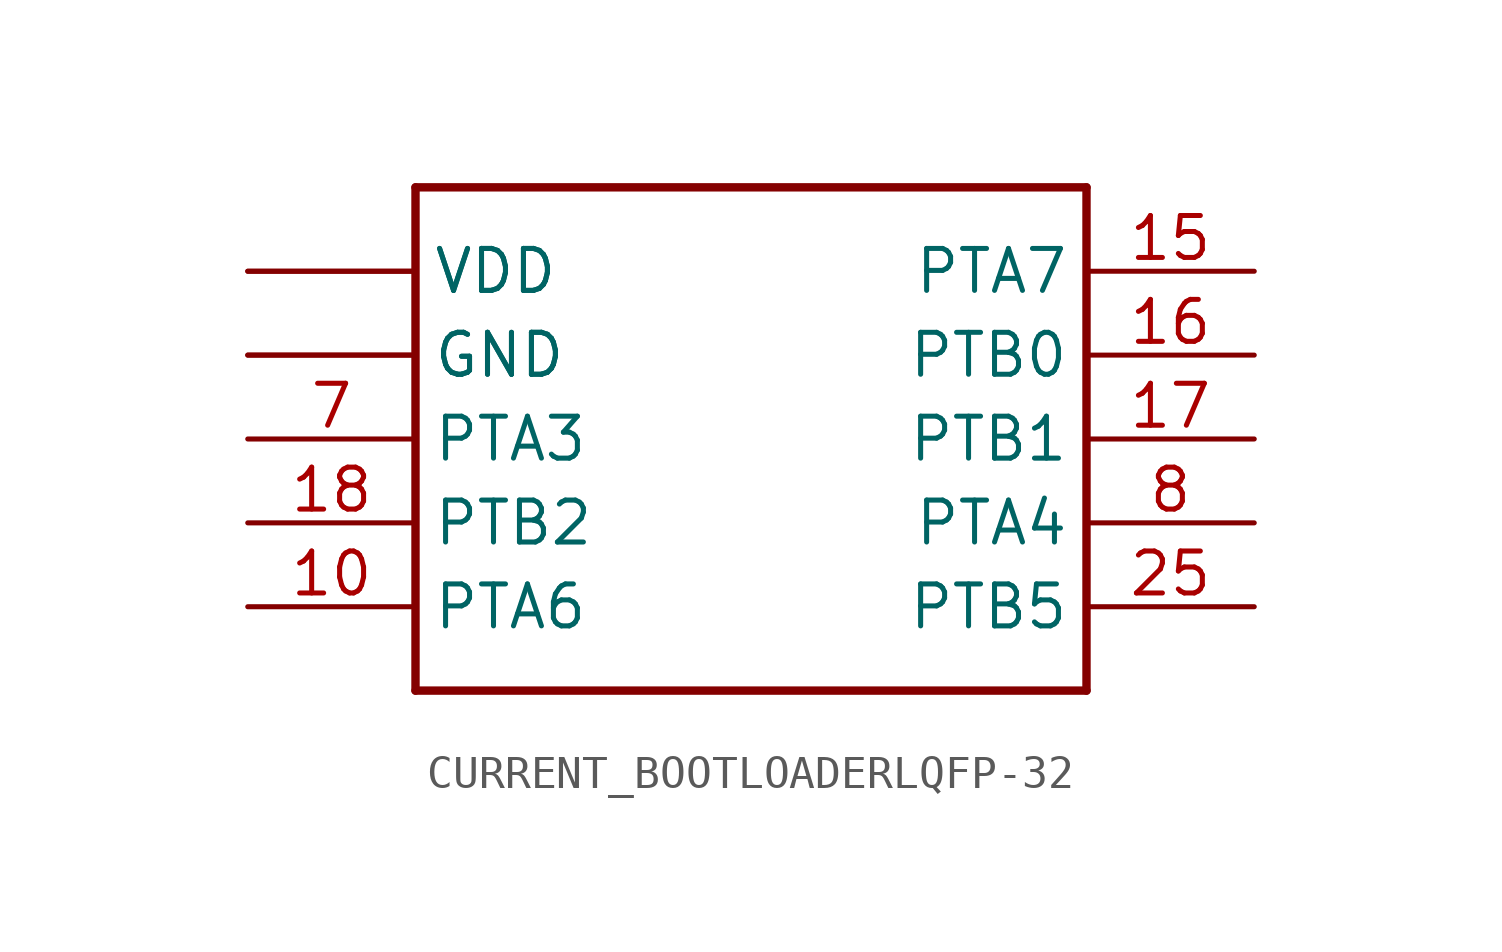
<source format=kicad_sym>
(kicad_symbol_lib
  (version 20211014)
  (generator kicad_symbol_editor)
  (symbol "CURRENT_BOOTLOADERLQFP-32"
    (property "Reference" "3X3MM"
      (at 0 0 0)
      (effects (font (size 1.27 1.27)) hide))
    (property "ki_locked" ""
      (at 0 0 0)
      (effects (font (size 1.27 1.27))))
    (symbol "CURRENT_BOOTLOADERLQFP-32_1_0"
      (polyline (pts (xy -10.16 -7.62) (xy -10.16 7.62)) (stroke (width 0.254) (type default) (color 0 0 0 0)) (fill (type none)))
      (polyline (pts (xy -10.16 7.62) (xy 10.16 7.62)) (stroke (width 0.254) (type default) (color 0 0 0 0)) (fill (type none)))
      (polyline (pts (xy 10.16 -7.62) (xy -10.16 -7.62)) (stroke (width 0.254) (type default) (color 0 0 0 0)) (fill (type none)))
      (polyline (pts (xy 10.16 7.62) (xy 10.16 -7.62)) (stroke (width 0.254) (type default) (color 0 0 0 0)) (fill (type none)))
      (pin bidirectional line (at -15.24 -5.08 0) (length 5.08) (name "PTA6" (effects (font (size 1.27 1.27)))) (number "10" (effects (font (size 1.27 1.27)))))
      (pin bidirectional line (at 15.24 5.08 180) (length 5.08) (name "PTA7" (effects (font (size 1.27 1.27)))) (number "15" (effects (font (size 1.27 1.27)))))
      (pin bidirectional line (at 15.24 2.54 180) (length 5.08) (name "PTB0" (effects (font (size 1.27 1.27)))) (number "16" (effects (font (size 1.27 1.27)))))
      (pin bidirectional line (at 15.24 0 180) (length 5.08) (name "PTB1" (effects (font (size 1.27 1.27)))) (number "17" (effects (font (size 1.27 1.27)))))
      (pin bidirectional line (at -15.24 -2.54 0) (length 5.08) (name "PTB2" (effects (font (size 1.27 1.27)))) (number "18" (effects (font (size 1.27 1.27)))))
      (pin bidirectional line (at 15.24 -5.08 180) (length 5.08) (name "PTB5" (effects (font (size 1.27 1.27)))) (number "25" (effects (font (size 1.27 1.27)))))
      (pin bidirectional line (at -15.24 5.08 0) (length 5.08) (name "VDD" (effects (font (size 1.27 1.27)))) (number "3" (effects (font (size 0 0)))))
      (pin bidirectional line (at -15.24 5.08 0) (length 5.08) (name "VDD" (effects (font (size 1.27 1.27)))) (number "4" (effects (font (size 0 0)))))
      (pin bidirectional line (at -15.24 2.54 0) (length 5.08) (name "GND" (effects (font (size 1.27 1.27)))) (number "5" (effects (font (size 0 0)))))
      (pin bidirectional line (at -15.24 2.54 0) (length 5.08) (name "GND" (effects (font (size 1.27 1.27)))) (number "6" (effects (font (size 0 0)))))
      (pin bidirectional line (at -15.24 0 0) (length 5.08) (name "PTA3" (effects (font (size 1.27 1.27)))) (number "7" (effects (font (size 1.27 1.27)))))
      (pin bidirectional line (at 15.24 -2.54 180) (length 5.08) (name "PTA4" (effects (font (size 1.27 1.27)))) (number "8" (effects (font (size 1.27 1.27))))))))
</source>
